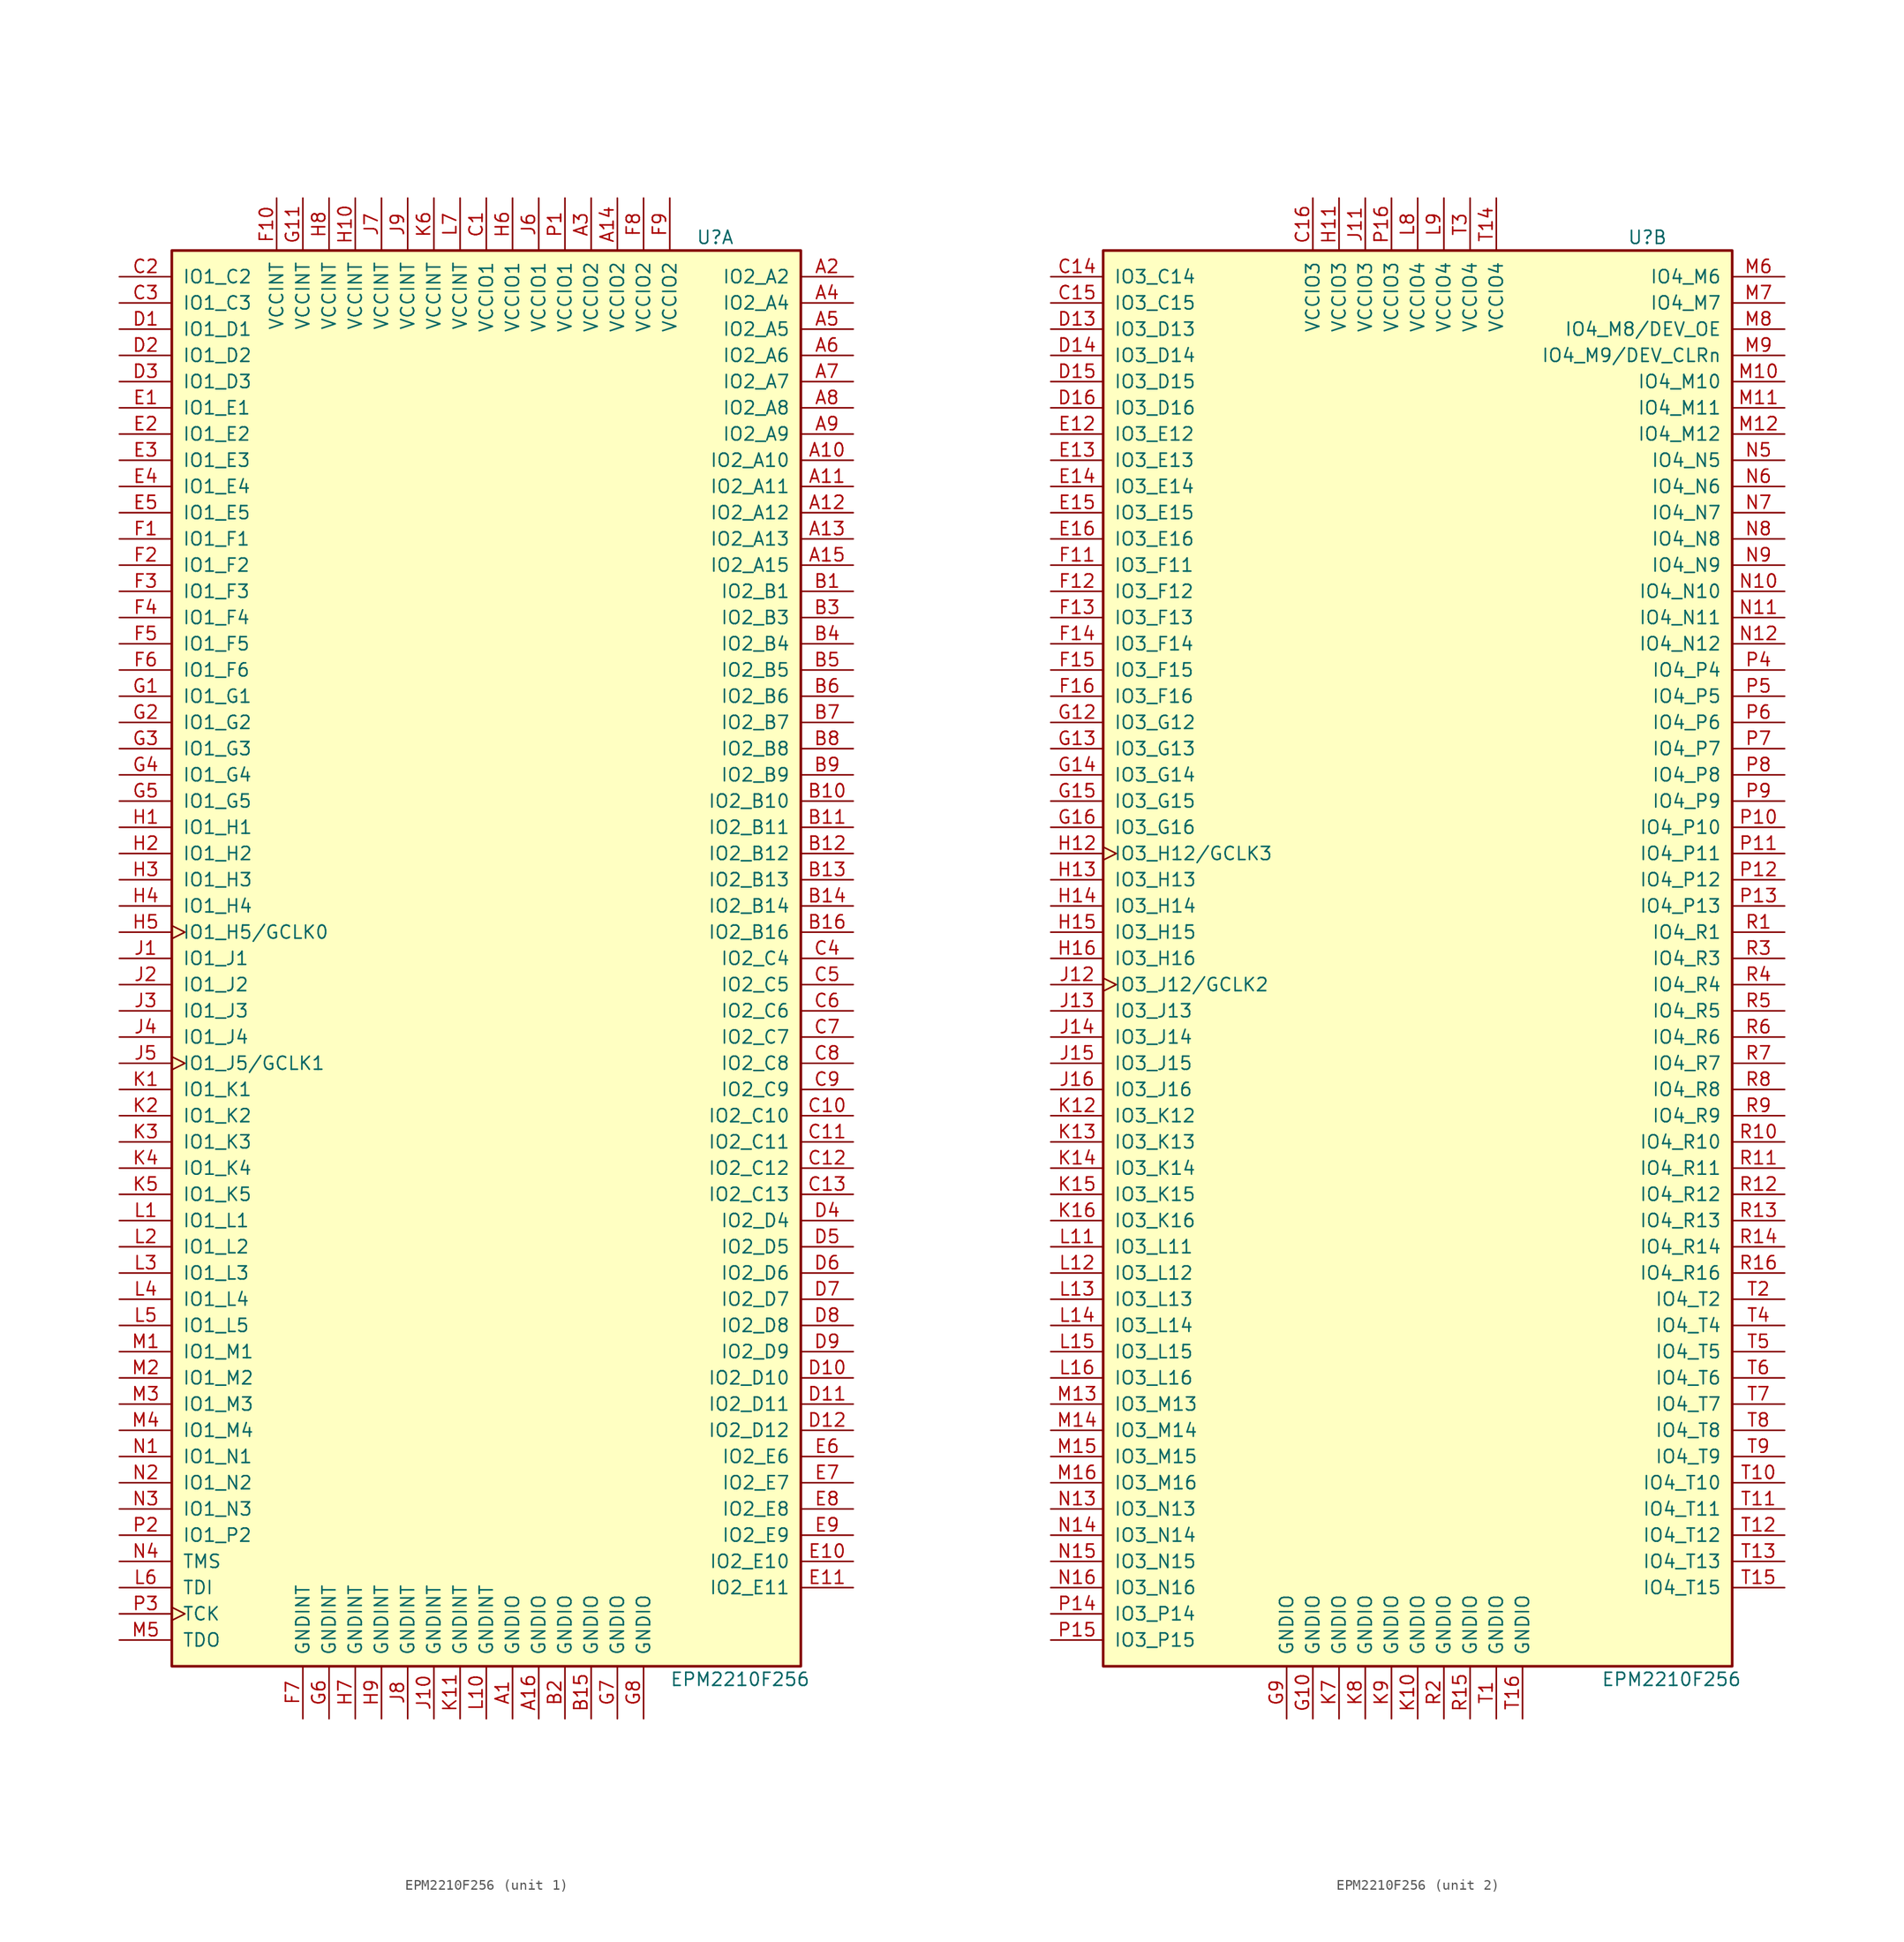
<source format=kicad_sym>
(kicad_symbol_lib
  (version 20201005)
  (generator kicad_symbol_editor)
  (symbol "EPM2210F256"
    (pin_names
      (offset 1.016))
    (property "Reference" "U"
      (at 20.32 69.85 0)
      (effects (font (size 1.27 1.27)) (justify left)))
    (property "Value" "EPM2210F256"
      (at 17.78 -69.85 0)
      (effects (font (size 1.27 1.27)) (justify left)))
    (property "ki_locked" ""
      (at 0 0 0)
      (effects (font (size 1.27 1.27))))
    (symbol "EPM2210F256_1_1"
      (rectangle (start -30.48 68.58) (end 30.48 -68.58) (stroke (width 0.254)) (fill (type background)))
      (pin power_in line (at 2.54 -73.66 90) (length 5.08) (name "GNDIO" (effects (font (size 1.27 1.27)))) (number "A1" (effects (font (size 1.27 1.27)))))
      (pin bidirectional line (at 35.56 48.26 180) (length 5.08) (name "IO2_A10" (effects (font (size 1.27 1.27)))) (number "A10" (effects (font (size 1.27 1.27)))))
      (pin bidirectional line (at 35.56 45.72 180) (length 5.08) (name "IO2_A11" (effects (font (size 1.27 1.27)))) (number "A11" (effects (font (size 1.27 1.27)))))
      (pin bidirectional line (at 35.56 43.18 180) (length 5.08) (name "IO2_A12" (effects (font (size 1.27 1.27)))) (number "A12" (effects (font (size 1.27 1.27)))))
      (pin bidirectional line (at 35.56 40.64 180) (length 5.08) (name "IO2_A13" (effects (font (size 1.27 1.27)))) (number "A13" (effects (font (size 1.27 1.27)))))
      (pin power_in line (at 12.7 73.66 270) (length 5.08) (name "VCCIO2" (effects (font (size 1.27 1.27)))) (number "A14" (effects (font (size 1.27 1.27)))))
      (pin bidirectional line (at 35.56 38.1 180) (length 5.08) (name "IO2_A15" (effects (font (size 1.27 1.27)))) (number "A15" (effects (font (size 1.27 1.27)))))
      (pin power_in line (at 5.08 -73.66 90) (length 5.08) (name "GNDIO" (effects (font (size 1.27 1.27)))) (number "A16" (effects (font (size 1.27 1.27)))))
      (pin bidirectional line (at 35.56 66.04 180) (length 5.08) (name "IO2_A2" (effects (font (size 1.27 1.27)))) (number "A2" (effects (font (size 1.27 1.27)))))
      (pin power_in line (at 10.16 73.66 270) (length 5.08) (name "VCCIO2" (effects (font (size 1.27 1.27)))) (number "A3" (effects (font (size 1.27 1.27)))))
      (pin bidirectional line (at 35.56 63.5 180) (length 5.08) (name "IO2_A4" (effects (font (size 1.27 1.27)))) (number "A4" (effects (font (size 1.27 1.27)))))
      (pin bidirectional line (at 35.56 60.96 180) (length 5.08) (name "IO2_A5" (effects (font (size 1.27 1.27)))) (number "A5" (effects (font (size 1.27 1.27)))))
      (pin bidirectional line (at 35.56 58.42 180) (length 5.08) (name "IO2_A6" (effects (font (size 1.27 1.27)))) (number "A6" (effects (font (size 1.27 1.27)))))
      (pin bidirectional line (at 35.56 55.88 180) (length 5.08) (name "IO2_A7" (effects (font (size 1.27 1.27)))) (number "A7" (effects (font (size 1.27 1.27)))))
      (pin bidirectional line (at 35.56 53.34 180) (length 5.08) (name "IO2_A8" (effects (font (size 1.27 1.27)))) (number "A8" (effects (font (size 1.27 1.27)))))
      (pin bidirectional line (at 35.56 50.8 180) (length 5.08) (name "IO2_A9" (effects (font (size 1.27 1.27)))) (number "A9" (effects (font (size 1.27 1.27)))))
      (pin bidirectional line (at 35.56 35.56 180) (length 5.08) (name "IO2_B1" (effects (font (size 1.27 1.27)))) (number "B1" (effects (font (size 1.27 1.27)))))
      (pin bidirectional line (at 35.56 15.24 180) (length 5.08) (name "IO2_B10" (effects (font (size 1.27 1.27)))) (number "B10" (effects (font (size 1.27 1.27)))))
      (pin bidirectional line (at 35.56 12.7 180) (length 5.08) (name "IO2_B11" (effects (font (size 1.27 1.27)))) (number "B11" (effects (font (size 1.27 1.27)))))
      (pin bidirectional line (at 35.56 10.16 180) (length 5.08) (name "IO2_B12" (effects (font (size 1.27 1.27)))) (number "B12" (effects (font (size 1.27 1.27)))))
      (pin bidirectional line (at 35.56 7.62 180) (length 5.08) (name "IO2_B13" (effects (font (size 1.27 1.27)))) (number "B13" (effects (font (size 1.27 1.27)))))
      (pin bidirectional line (at 35.56 5.08 180) (length 5.08) (name "IO2_B14" (effects (font (size 1.27 1.27)))) (number "B14" (effects (font (size 1.27 1.27)))))
      (pin power_in line (at 10.16 -73.66 90) (length 5.08) (name "GNDIO" (effects (font (size 1.27 1.27)))) (number "B15" (effects (font (size 1.27 1.27)))))
      (pin bidirectional line (at 35.56 2.54 180) (length 5.08) (name "IO2_B16" (effects (font (size 1.27 1.27)))) (number "B16" (effects (font (size 1.27 1.27)))))
      (pin power_in line (at 7.62 -73.66 90) (length 5.08) (name "GNDIO" (effects (font (size 1.27 1.27)))) (number "B2" (effects (font (size 1.27 1.27)))))
      (pin bidirectional line (at 35.56 33.02 180) (length 5.08) (name "IO2_B3" (effects (font (size 1.27 1.27)))) (number "B3" (effects (font (size 1.27 1.27)))))
      (pin bidirectional line (at 35.56 30.48 180) (length 5.08) (name "IO2_B4" (effects (font (size 1.27 1.27)))) (number "B4" (effects (font (size 1.27 1.27)))))
      (pin bidirectional line (at 35.56 27.94 180) (length 5.08) (name "IO2_B5" (effects (font (size 1.27 1.27)))) (number "B5" (effects (font (size 1.27 1.27)))))
      (pin bidirectional line (at 35.56 25.4 180) (length 5.08) (name "IO2_B6" (effects (font (size 1.27 1.27)))) (number "B6" (effects (font (size 1.27 1.27)))))
      (pin bidirectional line (at 35.56 22.86 180) (length 5.08) (name "IO2_B7" (effects (font (size 1.27 1.27)))) (number "B7" (effects (font (size 1.27 1.27)))))
      (pin bidirectional line (at 35.56 20.32 180) (length 5.08) (name "IO2_B8" (effects (font (size 1.27 1.27)))) (number "B8" (effects (font (size 1.27 1.27)))))
      (pin bidirectional line (at 35.56 17.78 180) (length 5.08) (name "IO2_B9" (effects (font (size 1.27 1.27)))) (number "B9" (effects (font (size 1.27 1.27)))))
      (pin power_in line (at 0 73.66 270) (length 5.08) (name "VCCIO1" (effects (font (size 1.27 1.27)))) (number "C1" (effects (font (size 1.27 1.27)))))
      (pin bidirectional line (at 35.56 -15.24 180) (length 5.08) (name "IO2_C10" (effects (font (size 1.27 1.27)))) (number "C10" (effects (font (size 1.27 1.27)))))
      (pin bidirectional line (at 35.56 -17.78 180) (length 5.08) (name "IO2_C11" (effects (font (size 1.27 1.27)))) (number "C11" (effects (font (size 1.27 1.27)))))
      (pin bidirectional line (at 35.56 -20.32 180) (length 5.08) (name "IO2_C12" (effects (font (size 1.27 1.27)))) (number "C12" (effects (font (size 1.27 1.27)))))
      (pin bidirectional line (at 35.56 -22.86 180) (length 5.08) (name "IO2_C13" (effects (font (size 1.27 1.27)))) (number "C13" (effects (font (size 1.27 1.27)))))
      (pin bidirectional line (at -35.56 66.04 0) (length 5.08) (name "IO1_C2" (effects (font (size 1.27 1.27)))) (number "C2" (effects (font (size 1.27 1.27)))))
      (pin bidirectional line (at -35.56 63.5 0) (length 5.08) (name "IO1_C3" (effects (font (size 1.27 1.27)))) (number "C3" (effects (font (size 1.27 1.27)))))
      (pin bidirectional line (at 35.56 0 180) (length 5.08) (name "IO2_C4" (effects (font (size 1.27 1.27)))) (number "C4" (effects (font (size 1.27 1.27)))))
      (pin bidirectional line (at 35.56 -2.54 180) (length 5.08) (name "IO2_C5" (effects (font (size 1.27 1.27)))) (number "C5" (effects (font (size 1.27 1.27)))))
      (pin bidirectional line (at 35.56 -5.08 180) (length 5.08) (name "IO2_C6" (effects (font (size 1.27 1.27)))) (number "C6" (effects (font (size 1.27 1.27)))))
      (pin bidirectional line (at 35.56 -7.62 180) (length 5.08) (name "IO2_C7" (effects (font (size 1.27 1.27)))) (number "C7" (effects (font (size 1.27 1.27)))))
      (pin bidirectional line (at 35.56 -10.16 180) (length 5.08) (name "IO2_C8" (effects (font (size 1.27 1.27)))) (number "C8" (effects (font (size 1.27 1.27)))))
      (pin bidirectional line (at 35.56 -12.7 180) (length 5.08) (name "IO2_C9" (effects (font (size 1.27 1.27)))) (number "C9" (effects (font (size 1.27 1.27)))))
      (pin bidirectional line (at -35.56 60.96 0) (length 5.08) (name "IO1_D1" (effects (font (size 1.27 1.27)))) (number "D1" (effects (font (size 1.27 1.27)))))
      (pin bidirectional line (at 35.56 -40.64 180) (length 5.08) (name "IO2_D10" (effects (font (size 1.27 1.27)))) (number "D10" (effects (font (size 1.27 1.27)))))
      (pin bidirectional line (at 35.56 -43.18 180) (length 5.08) (name "IO2_D11" (effects (font (size 1.27 1.27)))) (number "D11" (effects (font (size 1.27 1.27)))))
      (pin bidirectional line (at 35.56 -45.72 180) (length 5.08) (name "IO2_D12" (effects (font (size 1.27 1.27)))) (number "D12" (effects (font (size 1.27 1.27)))))
      (pin bidirectional line (at -35.56 58.42 0) (length 5.08) (name "IO1_D2" (effects (font (size 1.27 1.27)))) (number "D2" (effects (font (size 1.27 1.27)))))
      (pin bidirectional line (at -35.56 55.88 0) (length 5.08) (name "IO1_D3" (effects (font (size 1.27 1.27)))) (number "D3" (effects (font (size 1.27 1.27)))))
      (pin bidirectional line (at 35.56 -25.4 180) (length 5.08) (name "IO2_D4" (effects (font (size 1.27 1.27)))) (number "D4" (effects (font (size 1.27 1.27)))))
      (pin bidirectional line (at 35.56 -27.94 180) (length 5.08) (name "IO2_D5" (effects (font (size 1.27 1.27)))) (number "D5" (effects (font (size 1.27 1.27)))))
      (pin bidirectional line (at 35.56 -30.48 180) (length 5.08) (name "IO2_D6" (effects (font (size 1.27 1.27)))) (number "D6" (effects (font (size 1.27 1.27)))))
      (pin bidirectional line (at 35.56 -33.02 180) (length 5.08) (name "IO2_D7" (effects (font (size 1.27 1.27)))) (number "D7" (effects (font (size 1.27 1.27)))))
      (pin bidirectional line (at 35.56 -35.56 180) (length 5.08) (name "IO2_D8" (effects (font (size 1.27 1.27)))) (number "D8" (effects (font (size 1.27 1.27)))))
      (pin bidirectional line (at 35.56 -38.1 180) (length 5.08) (name "IO2_D9" (effects (font (size 1.27 1.27)))) (number "D9" (effects (font (size 1.27 1.27)))))
      (pin bidirectional line (at -35.56 53.34 0) (length 5.08) (name "IO1_E1" (effects (font (size 1.27 1.27)))) (number "E1" (effects (font (size 1.27 1.27)))))
      (pin bidirectional line (at 35.56 -58.42 180) (length 5.08) (name "IO2_E10" (effects (font (size 1.27 1.27)))) (number "E10" (effects (font (size 1.27 1.27)))))
      (pin bidirectional line (at 35.56 -60.96 180) (length 5.08) (name "IO2_E11" (effects (font (size 1.27 1.27)))) (number "E11" (effects (font (size 1.27 1.27)))))
      (pin bidirectional line (at -35.56 50.8 0) (length 5.08) (name "IO1_E2" (effects (font (size 1.27 1.27)))) (number "E2" (effects (font (size 1.27 1.27)))))
      (pin bidirectional line (at -35.56 48.26 0) (length 5.08) (name "IO1_E3" (effects (font (size 1.27 1.27)))) (number "E3" (effects (font (size 1.27 1.27)))))
      (pin bidirectional line (at -35.56 45.72 0) (length 5.08) (name "IO1_E4" (effects (font (size 1.27 1.27)))) (number "E4" (effects (font (size 1.27 1.27)))))
      (pin bidirectional line (at -35.56 43.18 0) (length 5.08) (name "IO1_E5" (effects (font (size 1.27 1.27)))) (number "E5" (effects (font (size 1.27 1.27)))))
      (pin bidirectional line (at 35.56 -48.26 180) (length 5.08) (name "IO2_E6" (effects (font (size 1.27 1.27)))) (number "E6" (effects (font (size 1.27 1.27)))))
      (pin bidirectional line (at 35.56 -50.8 180) (length 5.08) (name "IO2_E7" (effects (font (size 1.27 1.27)))) (number "E7" (effects (font (size 1.27 1.27)))))
      (pin bidirectional line (at 35.56 -53.34 180) (length 5.08) (name "IO2_E8" (effects (font (size 1.27 1.27)))) (number "E8" (effects (font (size 1.27 1.27)))))
      (pin bidirectional line (at 35.56 -55.88 180) (length 5.08) (name "IO2_E9" (effects (font (size 1.27 1.27)))) (number "E9" (effects (font (size 1.27 1.27)))))
      (pin bidirectional line (at -35.56 40.64 0) (length 5.08) (name "IO1_F1" (effects (font (size 1.27 1.27)))) (number "F1" (effects (font (size 1.27 1.27)))))
      (pin power_in line (at -20.32 73.66 270) (length 5.08) (name "VCCINT" (effects (font (size 1.27 1.27)))) (number "F10" (effects (font (size 1.27 1.27)))))
      (pin bidirectional line (at -35.56 38.1 0) (length 5.08) (name "IO1_F2" (effects (font (size 1.27 1.27)))) (number "F2" (effects (font (size 1.27 1.27)))))
      (pin bidirectional line (at -35.56 35.56 0) (length 5.08) (name "IO1_F3" (effects (font (size 1.27 1.27)))) (number "F3" (effects (font (size 1.27 1.27)))))
      (pin bidirectional line (at -35.56 33.02 0) (length 5.08) (name "IO1_F4" (effects (font (size 1.27 1.27)))) (number "F4" (effects (font (size 1.27 1.27)))))
      (pin bidirectional line (at -35.56 30.48 0) (length 5.08) (name "IO1_F5" (effects (font (size 1.27 1.27)))) (number "F5" (effects (font (size 1.27 1.27)))))
      (pin bidirectional line (at -35.56 27.94 0) (length 5.08) (name "IO1_F6" (effects (font (size 1.27 1.27)))) (number "F6" (effects (font (size 1.27 1.27)))))
      (pin power_in line (at -17.78 -73.66 90) (length 5.08) (name "GNDINT" (effects (font (size 1.27 1.27)))) (number "F7" (effects (font (size 1.27 1.27)))))
      (pin power_in line (at 15.24 73.66 270) (length 5.08) (name "VCCIO2" (effects (font (size 1.27 1.27)))) (number "F8" (effects (font (size 1.27 1.27)))))
      (pin power_in line (at 17.78 73.66 270) (length 5.08) (name "VCCIO2" (effects (font (size 1.27 1.27)))) (number "F9" (effects (font (size 1.27 1.27)))))
      (pin bidirectional line (at -35.56 25.4 0) (length 5.08) (name "IO1_G1" (effects (font (size 1.27 1.27)))) (number "G1" (effects (font (size 1.27 1.27)))))
      (pin power_in line (at -17.78 73.66 270) (length 5.08) (name "VCCINT" (effects (font (size 1.27 1.27)))) (number "G11" (effects (font (size 1.27 1.27)))))
      (pin bidirectional line (at -35.56 22.86 0) (length 5.08) (name "IO1_G2" (effects (font (size 1.27 1.27)))) (number "G2" (effects (font (size 1.27 1.27)))))
      (pin bidirectional line (at -35.56 20.32 0) (length 5.08) (name "IO1_G3" (effects (font (size 1.27 1.27)))) (number "G3" (effects (font (size 1.27 1.27)))))
      (pin bidirectional line (at -35.56 17.78 0) (length 5.08) (name "IO1_G4" (effects (font (size 1.27 1.27)))) (number "G4" (effects (font (size 1.27 1.27)))))
      (pin bidirectional line (at -35.56 15.24 0) (length 5.08) (name "IO1_G5" (effects (font (size 1.27 1.27)))) (number "G5" (effects (font (size 1.27 1.27)))))
      (pin power_in line (at -15.24 -73.66 90) (length 5.08) (name "GNDINT" (effects (font (size 1.27 1.27)))) (number "G6" (effects (font (size 1.27 1.27)))))
      (pin power_in line (at 12.7 -73.66 90) (length 5.08) (name "GNDIO" (effects (font (size 1.27 1.27)))) (number "G7" (effects (font (size 1.27 1.27)))))
      (pin power_in line (at 15.24 -73.66 90) (length 5.08) (name "GNDIO" (effects (font (size 1.27 1.27)))) (number "G8" (effects (font (size 1.27 1.27)))))
      (pin bidirectional line (at -35.56 12.7 0) (length 5.08) (name "IO1_H1" (effects (font (size 1.27 1.27)))) (number "H1" (effects (font (size 1.27 1.27)))))
      (pin power_in line (at -12.7 73.66 270) (length 5.08) (name "VCCINT" (effects (font (size 1.27 1.27)))) (number "H10" (effects (font (size 1.27 1.27)))))
      (pin bidirectional line (at -35.56 10.16 0) (length 5.08) (name "IO1_H2" (effects (font (size 1.27 1.27)))) (number "H2" (effects (font (size 1.27 1.27)))))
      (pin bidirectional line (at -35.56 7.62 0) (length 5.08) (name "IO1_H3" (effects (font (size 1.27 1.27)))) (number "H3" (effects (font (size 1.27 1.27)))))
      (pin bidirectional line (at -35.56 5.08 0) (length 5.08) (name "IO1_H4" (effects (font (size 1.27 1.27)))) (number "H4" (effects (font (size 1.27 1.27)))))
      (pin bidirectional clock (at -35.56 2.54 0) (length 5.08) (name "IO1_H5/GCLK0" (effects (font (size 1.27 1.27)))) (number "H5" (effects (font (size 1.27 1.27)))))
      (pin power_in line (at 2.54 73.66 270) (length 5.08) (name "VCCIO1" (effects (font (size 1.27 1.27)))) (number "H6" (effects (font (size 1.27 1.27)))))
      (pin power_in line (at -12.7 -73.66 90) (length 5.08) (name "GNDINT" (effects (font (size 1.27 1.27)))) (number "H7" (effects (font (size 1.27 1.27)))))
      (pin power_in line (at -15.24 73.66 270) (length 5.08) (name "VCCINT" (effects (font (size 1.27 1.27)))) (number "H8" (effects (font (size 1.27 1.27)))))
      (pin power_in line (at -10.16 -73.66 90) (length 5.08) (name "GNDINT" (effects (font (size 1.27 1.27)))) (number "H9" (effects (font (size 1.27 1.27)))))
      (pin bidirectional line (at -35.56 0 0) (length 5.08) (name "IO1_J1" (effects (font (size 1.27 1.27)))) (number "J1" (effects (font (size 1.27 1.27)))))
      (pin power_in line (at -5.08 -73.66 90) (length 5.08) (name "GNDINT" (effects (font (size 1.27 1.27)))) (number "J10" (effects (font (size 1.27 1.27)))))
      (pin bidirectional line (at -35.56 -2.54 0) (length 5.08) (name "IO1_J2" (effects (font (size 1.27 1.27)))) (number "J2" (effects (font (size 1.27 1.27)))))
      (pin bidirectional line (at -35.56 -5.08 0) (length 5.08) (name "IO1_J3" (effects (font (size 1.27 1.27)))) (number "J3" (effects (font (size 1.27 1.27)))))
      (pin bidirectional line (at -35.56 -7.62 0) (length 5.08) (name "IO1_J4" (effects (font (size 1.27 1.27)))) (number "J4" (effects (font (size 1.27 1.27)))))
      (pin bidirectional clock (at -35.56 -10.16 0) (length 5.08) (name "IO1_J5/GCLK1" (effects (font (size 1.27 1.27)))) (number "J5" (effects (font (size 1.27 1.27)))))
      (pin power_in line (at 5.08 73.66 270) (length 5.08) (name "VCCIO1" (effects (font (size 1.27 1.27)))) (number "J6" (effects (font (size 1.27 1.27)))))
      (pin power_in line (at -10.16 73.66 270) (length 5.08) (name "VCCINT" (effects (font (size 1.27 1.27)))) (number "J7" (effects (font (size 1.27 1.27)))))
      (pin power_in line (at -7.62 -73.66 90) (length 5.08) (name "GNDINT" (effects (font (size 1.27 1.27)))) (number "J8" (effects (font (size 1.27 1.27)))))
      (pin power_in line (at -7.62 73.66 270) (length 5.08) (name "VCCINT" (effects (font (size 1.27 1.27)))) (number "J9" (effects (font (size 1.27 1.27)))))
      (pin bidirectional line (at -35.56 -12.7 0) (length 5.08) (name "IO1_K1" (effects (font (size 1.27 1.27)))) (number "K1" (effects (font (size 1.27 1.27)))))
      (pin power_in line (at -2.54 -73.66 90) (length 5.08) (name "GNDINT" (effects (font (size 1.27 1.27)))) (number "K11" (effects (font (size 1.27 1.27)))))
      (pin bidirectional line (at -35.56 -15.24 0) (length 5.08) (name "IO1_K2" (effects (font (size 1.27 1.27)))) (number "K2" (effects (font (size 1.27 1.27)))))
      (pin bidirectional line (at -35.56 -17.78 0) (length 5.08) (name "IO1_K3" (effects (font (size 1.27 1.27)))) (number "K3" (effects (font (size 1.27 1.27)))))
      (pin bidirectional line (at -35.56 -20.32 0) (length 5.08) (name "IO1_K4" (effects (font (size 1.27 1.27)))) (number "K4" (effects (font (size 1.27 1.27)))))
      (pin bidirectional line (at -35.56 -22.86 0) (length 5.08) (name "IO1_K5" (effects (font (size 1.27 1.27)))) (number "K5" (effects (font (size 1.27 1.27)))))
      (pin power_in line (at -5.08 73.66 270) (length 5.08) (name "VCCINT" (effects (font (size 1.27 1.27)))) (number "K6" (effects (font (size 1.27 1.27)))))
      (pin bidirectional line (at -35.56 -25.4 0) (length 5.08) (name "IO1_L1" (effects (font (size 1.27 1.27)))) (number "L1" (effects (font (size 1.27 1.27)))))
      (pin power_in line (at 0 -73.66 90) (length 5.08) (name "GNDINT" (effects (font (size 1.27 1.27)))) (number "L10" (effects (font (size 1.27 1.27)))))
      (pin bidirectional line (at -35.56 -27.94 0) (length 5.08) (name "IO1_L2" (effects (font (size 1.27 1.27)))) (number "L2" (effects (font (size 1.27 1.27)))))
      (pin bidirectional line (at -35.56 -30.48 0) (length 5.08) (name "IO1_L3" (effects (font (size 1.27 1.27)))) (number "L3" (effects (font (size 1.27 1.27)))))
      (pin bidirectional line (at -35.56 -33.02 0) (length 5.08) (name "IO1_L4" (effects (font (size 1.27 1.27)))) (number "L4" (effects (font (size 1.27 1.27)))))
      (pin bidirectional line (at -35.56 -35.56 0) (length 5.08) (name "IO1_L5" (effects (font (size 1.27 1.27)))) (number "L5" (effects (font (size 1.27 1.27)))))
      (pin input line (at -35.56 -60.96 0) (length 5.08) (name "TDI" (effects (font (size 1.27 1.27)))) (number "L6" (effects (font (size 1.27 1.27)))))
      (pin power_in line (at -2.54 73.66 270) (length 5.08) (name "VCCINT" (effects (font (size 1.27 1.27)))) (number "L7" (effects (font (size 1.27 1.27)))))
      (pin bidirectional line (at -35.56 -38.1 0) (length 5.08) (name "IO1_M1" (effects (font (size 1.27 1.27)))) (number "M1" (effects (font (size 1.27 1.27)))))
      (pin bidirectional line (at -35.56 -40.64 0) (length 5.08) (name "IO1_M2" (effects (font (size 1.27 1.27)))) (number "M2" (effects (font (size 1.27 1.27)))))
      (pin bidirectional line (at -35.56 -43.18 0) (length 5.08) (name "IO1_M3" (effects (font (size 1.27 1.27)))) (number "M3" (effects (font (size 1.27 1.27)))))
      (pin bidirectional line (at -35.56 -45.72 0) (length 5.08) (name "IO1_M4" (effects (font (size 1.27 1.27)))) (number "M4" (effects (font (size 1.27 1.27)))))
      (pin output line (at -35.56 -66.04 0) (length 5.08) (name "TDO" (effects (font (size 1.27 1.27)))) (number "M5" (effects (font (size 1.27 1.27)))))
      (pin bidirectional line (at -35.56 -48.26 0) (length 5.08) (name "IO1_N1" (effects (font (size 1.27 1.27)))) (number "N1" (effects (font (size 1.27 1.27)))))
      (pin bidirectional line (at -35.56 -50.8 0) (length 5.08) (name "IO1_N2" (effects (font (size 1.27 1.27)))) (number "N2" (effects (font (size 1.27 1.27)))))
      (pin bidirectional line (at -35.56 -53.34 0) (length 5.08) (name "IO1_N3" (effects (font (size 1.27 1.27)))) (number "N3" (effects (font (size 1.27 1.27)))))
      (pin input line (at -35.56 -58.42 0) (length 5.08) (name "TMS" (effects (font (size 1.27 1.27)))) (number "N4" (effects (font (size 1.27 1.27)))))
      (pin power_in line (at 7.62 73.66 270) (length 5.08) (name "VCCIO1" (effects (font (size 1.27 1.27)))) (number "P1" (effects (font (size 1.27 1.27)))))
      (pin bidirectional line (at -35.56 -55.88 0) (length 5.08) (name "IO1_P2" (effects (font (size 1.27 1.27)))) (number "P2" (effects (font (size 1.27 1.27)))))
      (pin input clock (at -35.56 -63.5 0) (length 5.08) (name "TCK" (effects (font (size 1.27 1.27)))) (number "P3" (effects (font (size 1.27 1.27))))))
    (symbol "EPM2210F256_2_1"
      (rectangle (start -30.48 68.58) (end 30.48 -68.58) (stroke (width 0.254)) (fill (type background)))
      (pin bidirectional line (at -35.56 66.04 0) (length 5.08) (name "IO3_C14" (effects (font (size 1.27 1.27)))) (number "C14" (effects (font (size 1.27 1.27)))))
      (pin bidirectional line (at -35.56 63.5 0) (length 5.08) (name "IO3_C15" (effects (font (size 1.27 1.27)))) (number "C15" (effects (font (size 1.27 1.27)))))
      (pin power_in line (at -10.16 73.66 270) (length 5.08) (name "VCCIO3" (effects (font (size 1.27 1.27)))) (number "C16" (effects (font (size 1.27 1.27)))))
      (pin bidirectional line (at -35.56 60.96 0) (length 5.08) (name "IO3_D13" (effects (font (size 1.27 1.27)))) (number "D13" (effects (font (size 1.27 1.27)))))
      (pin bidirectional line (at -35.56 58.42 0) (length 5.08) (name "IO3_D14" (effects (font (size 1.27 1.27)))) (number "D14" (effects (font (size 1.27 1.27)))))
      (pin bidirectional line (at -35.56 55.88 0) (length 5.08) (name "IO3_D15" (effects (font (size 1.27 1.27)))) (number "D15" (effects (font (size 1.27 1.27)))))
      (pin bidirectional line (at -35.56 53.34 0) (length 5.08) (name "IO3_D16" (effects (font (size 1.27 1.27)))) (number "D16" (effects (font (size 1.27 1.27)))))
      (pin bidirectional line (at -35.56 50.8 0) (length 5.08) (name "IO3_E12" (effects (font (size 1.27 1.27)))) (number "E12" (effects (font (size 1.27 1.27)))))
      (pin bidirectional line (at -35.56 48.26 0) (length 5.08) (name "IO3_E13" (effects (font (size 1.27 1.27)))) (number "E13" (effects (font (size 1.27 1.27)))))
      (pin bidirectional line (at -35.56 45.72 0) (length 5.08) (name "IO3_E14" (effects (font (size 1.27 1.27)))) (number "E14" (effects (font (size 1.27 1.27)))))
      (pin bidirectional line (at -35.56 43.18 0) (length 5.08) (name "IO3_E15" (effects (font (size 1.27 1.27)))) (number "E15" (effects (font (size 1.27 1.27)))))
      (pin bidirectional line (at -35.56 40.64 0) (length 5.08) (name "IO3_E16" (effects (font (size 1.27 1.27)))) (number "E16" (effects (font (size 1.27 1.27)))))
      (pin bidirectional line (at -35.56 38.1 0) (length 5.08) (name "IO3_F11" (effects (font (size 1.27 1.27)))) (number "F11" (effects (font (size 1.27 1.27)))))
      (pin bidirectional line (at -35.56 35.56 0) (length 5.08) (name "IO3_F12" (effects (font (size 1.27 1.27)))) (number "F12" (effects (font (size 1.27 1.27)))))
      (pin bidirectional line (at -35.56 33.02 0) (length 5.08) (name "IO3_F13" (effects (font (size 1.27 1.27)))) (number "F13" (effects (font (size 1.27 1.27)))))
      (pin bidirectional line (at -35.56 30.48 0) (length 5.08) (name "IO3_F14" (effects (font (size 1.27 1.27)))) (number "F14" (effects (font (size 1.27 1.27)))))
      (pin bidirectional line (at -35.56 27.94 0) (length 5.08) (name "IO3_F15" (effects (font (size 1.27 1.27)))) (number "F15" (effects (font (size 1.27 1.27)))))
      (pin bidirectional line (at -35.56 25.4 0) (length 5.08) (name "IO3_F16" (effects (font (size 1.27 1.27)))) (number "F16" (effects (font (size 1.27 1.27)))))
      (pin power_in line (at -10.16 -73.66 90) (length 5.08) (name "GNDIO" (effects (font (size 1.27 1.27)))) (number "G10" (effects (font (size 1.27 1.27)))))
      (pin bidirectional line (at -35.56 22.86 0) (length 5.08) (name "IO3_G12" (effects (font (size 1.27 1.27)))) (number "G12" (effects (font (size 1.27 1.27)))))
      (pin bidirectional line (at -35.56 20.32 0) (length 5.08) (name "IO3_G13" (effects (font (size 1.27 1.27)))) (number "G13" (effects (font (size 1.27 1.27)))))
      (pin bidirectional line (at -35.56 17.78 0) (length 5.08) (name "IO3_G14" (effects (font (size 1.27 1.27)))) (number "G14" (effects (font (size 1.27 1.27)))))
      (pin bidirectional line (at -35.56 15.24 0) (length 5.08) (name "IO3_G15" (effects (font (size 1.27 1.27)))) (number "G15" (effects (font (size 1.27 1.27)))))
      (pin bidirectional line (at -35.56 12.7 0) (length 5.08) (name "IO3_G16" (effects (font (size 1.27 1.27)))) (number "G16" (effects (font (size 1.27 1.27)))))
      (pin power_in line (at -12.7 -73.66 90) (length 5.08) (name "GNDIO" (effects (font (size 1.27 1.27)))) (number "G9" (effects (font (size 1.27 1.27)))))
      (pin power_in line (at -7.62 73.66 270) (length 5.08) (name "VCCIO3" (effects (font (size 1.27 1.27)))) (number "H11" (effects (font (size 1.27 1.27)))))
      (pin bidirectional clock (at -35.56 10.16 0) (length 5.08) (name "IO3_H12/GCLK3" (effects (font (size 1.27 1.27)))) (number "H12" (effects (font (size 1.27 1.27)))))
      (pin bidirectional line (at -35.56 7.62 0) (length 5.08) (name "IO3_H13" (effects (font (size 1.27 1.27)))) (number "H13" (effects (font (size 1.27 1.27)))))
      (pin bidirectional line (at -35.56 5.08 0) (length 5.08) (name "IO3_H14" (effects (font (size 1.27 1.27)))) (number "H14" (effects (font (size 1.27 1.27)))))
      (pin bidirectional line (at -35.56 2.54 0) (length 5.08) (name "IO3_H15" (effects (font (size 1.27 1.27)))) (number "H15" (effects (font (size 1.27 1.27)))))
      (pin bidirectional line (at -35.56 0 0) (length 5.08) (name "IO3_H16" (effects (font (size 1.27 1.27)))) (number "H16" (effects (font (size 1.27 1.27)))))
      (pin power_in line (at -5.08 73.66 270) (length 5.08) (name "VCCIO3" (effects (font (size 1.27 1.27)))) (number "J11" (effects (font (size 1.27 1.27)))))
      (pin bidirectional clock (at -35.56 -2.54 0) (length 5.08) (name "IO3_J12/GCLK2" (effects (font (size 1.27 1.27)))) (number "J12" (effects (font (size 1.27 1.27)))))
      (pin bidirectional line (at -35.56 -5.08 0) (length 5.08) (name "IO3_J13" (effects (font (size 1.27 1.27)))) (number "J13" (effects (font (size 1.27 1.27)))))
      (pin bidirectional line (at -35.56 -7.62 0) (length 5.08) (name "IO3_J14" (effects (font (size 1.27 1.27)))) (number "J14" (effects (font (size 1.27 1.27)))))
      (pin bidirectional line (at -35.56 -10.16 0) (length 5.08) (name "IO3_J15" (effects (font (size 1.27 1.27)))) (number "J15" (effects (font (size 1.27 1.27)))))
      (pin bidirectional line (at -35.56 -12.7 0) (length 5.08) (name "IO3_J16" (effects (font (size 1.27 1.27)))) (number "J16" (effects (font (size 1.27 1.27)))))
      (pin power_in line (at 0 -73.66 90) (length 5.08) (name "GNDIO" (effects (font (size 1.27 1.27)))) (number "K10" (effects (font (size 1.27 1.27)))))
      (pin bidirectional line (at -35.56 -15.24 0) (length 5.08) (name "IO3_K12" (effects (font (size 1.27 1.27)))) (number "K12" (effects (font (size 1.27 1.27)))))
      (pin bidirectional line (at -35.56 -17.78 0) (length 5.08) (name "IO3_K13" (effects (font (size 1.27 1.27)))) (number "K13" (effects (font (size 1.27 1.27)))))
      (pin bidirectional line (at -35.56 -20.32 0) (length 5.08) (name "IO3_K14" (effects (font (size 1.27 1.27)))) (number "K14" (effects (font (size 1.27 1.27)))))
      (pin bidirectional line (at -35.56 -22.86 0) (length 5.08) (name "IO3_K15" (effects (font (size 1.27 1.27)))) (number "K15" (effects (font (size 1.27 1.27)))))
      (pin bidirectional line (at -35.56 -25.4 0) (length 5.08) (name "IO3_K16" (effects (font (size 1.27 1.27)))) (number "K16" (effects (font (size 1.27 1.27)))))
      (pin power_in line (at -7.62 -73.66 90) (length 5.08) (name "GNDIO" (effects (font (size 1.27 1.27)))) (number "K7" (effects (font (size 1.27 1.27)))))
      (pin power_in line (at -5.08 -73.66 90) (length 5.08) (name "GNDIO" (effects (font (size 1.27 1.27)))) (number "K8" (effects (font (size 1.27 1.27)))))
      (pin power_in line (at -2.54 -73.66 90) (length 5.08) (name "GNDIO" (effects (font (size 1.27 1.27)))) (number "K9" (effects (font (size 1.27 1.27)))))
      (pin bidirectional line (at -35.56 -27.94 0) (length 5.08) (name "IO3_L11" (effects (font (size 1.27 1.27)))) (number "L11" (effects (font (size 1.27 1.27)))))
      (pin bidirectional line (at -35.56 -30.48 0) (length 5.08) (name "IO3_L12" (effects (font (size 1.27 1.27)))) (number "L12" (effects (font (size 1.27 1.27)))))
      (pin bidirectional line (at -35.56 -33.02 0) (length 5.08) (name "IO3_L13" (effects (font (size 1.27 1.27)))) (number "L13" (effects (font (size 1.27 1.27)))))
      (pin bidirectional line (at -35.56 -35.56 0) (length 5.08) (name "IO3_L14" (effects (font (size 1.27 1.27)))) (number "L14" (effects (font (size 1.27 1.27)))))
      (pin bidirectional line (at -35.56 -38.1 0) (length 5.08) (name "IO3_L15" (effects (font (size 1.27 1.27)))) (number "L15" (effects (font (size 1.27 1.27)))))
      (pin bidirectional line (at -35.56 -40.64 0) (length 5.08) (name "IO3_L16" (effects (font (size 1.27 1.27)))) (number "L16" (effects (font (size 1.27 1.27)))))
      (pin power_in line (at 0 73.66 270) (length 5.08) (name "VCCIO4" (effects (font (size 1.27 1.27)))) (number "L8" (effects (font (size 1.27 1.27)))))
      (pin power_in line (at 2.54 73.66 270) (length 5.08) (name "VCCIO4" (effects (font (size 1.27 1.27)))) (number "L9" (effects (font (size 1.27 1.27)))))
      (pin bidirectional line (at 35.56 55.88 180) (length 5.08) (name "IO4_M10" (effects (font (size 1.27 1.27)))) (number "M10" (effects (font (size 1.27 1.27)))))
      (pin bidirectional line (at 35.56 53.34 180) (length 5.08) (name "IO4_M11" (effects (font (size 1.27 1.27)))) (number "M11" (effects (font (size 1.27 1.27)))))
      (pin bidirectional line (at 35.56 50.8 180) (length 5.08) (name "IO4_M12" (effects (font (size 1.27 1.27)))) (number "M12" (effects (font (size 1.27 1.27)))))
      (pin bidirectional line (at -35.56 -43.18 0) (length 5.08) (name "IO3_M13" (effects (font (size 1.27 1.27)))) (number "M13" (effects (font (size 1.27 1.27)))))
      (pin bidirectional line (at -35.56 -45.72 0) (length 5.08) (name "IO3_M14" (effects (font (size 1.27 1.27)))) (number "M14" (effects (font (size 1.27 1.27)))))
      (pin bidirectional line (at -35.56 -48.26 0) (length 5.08) (name "IO3_M15" (effects (font (size 1.27 1.27)))) (number "M15" (effects (font (size 1.27 1.27)))))
      (pin bidirectional line (at -35.56 -50.8 0) (length 5.08) (name "IO3_M16" (effects (font (size 1.27 1.27)))) (number "M16" (effects (font (size 1.27 1.27)))))
      (pin bidirectional line (at 35.56 66.04 180) (length 5.08) (name "IO4_M6" (effects (font (size 1.27 1.27)))) (number "M6" (effects (font (size 1.27 1.27)))))
      (pin bidirectional line (at 35.56 63.5 180) (length 5.08) (name "IO4_M7" (effects (font (size 1.27 1.27)))) (number "M7" (effects (font (size 1.27 1.27)))))
      (pin bidirectional line (at 35.56 60.96 180) (length 5.08) (name "IO4_M8/DEV_OE" (effects (font (size 1.27 1.27)))) (number "M8" (effects (font (size 1.27 1.27)))))
      (pin bidirectional line (at 35.56 58.42 180) (length 5.08) (name "IO4_M9/DEV_CLRn" (effects (font (size 1.27 1.27)))) (number "M9" (effects (font (size 1.27 1.27)))))
      (pin bidirectional line (at 35.56 35.56 180) (length 5.08) (name "IO4_N10" (effects (font (size 1.27 1.27)))) (number "N10" (effects (font (size 1.27 1.27)))))
      (pin bidirectional line (at 35.56 33.02 180) (length 5.08) (name "IO4_N11" (effects (font (size 1.27 1.27)))) (number "N11" (effects (font (size 1.27 1.27)))))
      (pin bidirectional line (at 35.56 30.48 180) (length 5.08) (name "IO4_N12" (effects (font (size 1.27 1.27)))) (number "N12" (effects (font (size 1.27 1.27)))))
      (pin bidirectional line (at -35.56 -53.34 0) (length 5.08) (name "IO3_N13" (effects (font (size 1.27 1.27)))) (number "N13" (effects (font (size 1.27 1.27)))))
      (pin bidirectional line (at -35.56 -55.88 0) (length 5.08) (name "IO3_N14" (effects (font (size 1.27 1.27)))) (number "N14" (effects (font (size 1.27 1.27)))))
      (pin bidirectional line (at -35.56 -58.42 0) (length 5.08) (name "IO3_N15" (effects (font (size 1.27 1.27)))) (number "N15" (effects (font (size 1.27 1.27)))))
      (pin bidirectional line (at -35.56 -60.96 0) (length 5.08) (name "IO3_N16" (effects (font (size 1.27 1.27)))) (number "N16" (effects (font (size 1.27 1.27)))))
      (pin bidirectional line (at 35.56 48.26 180) (length 5.08) (name "IO4_N5" (effects (font (size 1.27 1.27)))) (number "N5" (effects (font (size 1.27 1.27)))))
      (pin bidirectional line (at 35.56 45.72 180) (length 5.08) (name "IO4_N6" (effects (font (size 1.27 1.27)))) (number "N6" (effects (font (size 1.27 1.27)))))
      (pin bidirectional line (at 35.56 43.18 180) (length 5.08) (name "IO4_N7" (effects (font (size 1.27 1.27)))) (number "N7" (effects (font (size 1.27 1.27)))))
      (pin bidirectional line (at 35.56 40.64 180) (length 5.08) (name "IO4_N8" (effects (font (size 1.27 1.27)))) (number "N8" (effects (font (size 1.27 1.27)))))
      (pin bidirectional line (at 35.56 38.1 180) (length 5.08) (name "IO4_N9" (effects (font (size 1.27 1.27)))) (number "N9" (effects (font (size 1.27 1.27)))))
      (pin bidirectional line (at 35.56 12.7 180) (length 5.08) (name "IO4_P10" (effects (font (size 1.27 1.27)))) (number "P10" (effects (font (size 1.27 1.27)))))
      (pin bidirectional line (at 35.56 10.16 180) (length 5.08) (name "IO4_P11" (effects (font (size 1.27 1.27)))) (number "P11" (effects (font (size 1.27 1.27)))))
      (pin bidirectional line (at 35.56 7.62 180) (length 5.08) (name "IO4_P12" (effects (font (size 1.27 1.27)))) (number "P12" (effects (font (size 1.27 1.27)))))
      (pin bidirectional line (at 35.56 5.08 180) (length 5.08) (name "IO4_P13" (effects (font (size 1.27 1.27)))) (number "P13" (effects (font (size 1.27 1.27)))))
      (pin bidirectional line (at -35.56 -63.5 0) (length 5.08) (name "IO3_P14" (effects (font (size 1.27 1.27)))) (number "P14" (effects (font (size 1.27 1.27)))))
      (pin bidirectional line (at -35.56 -66.04 0) (length 5.08) (name "IO3_P15" (effects (font (size 1.27 1.27)))) (number "P15" (effects (font (size 1.27 1.27)))))
      (pin power_in line (at -2.54 73.66 270) (length 5.08) (name "VCCIO3" (effects (font (size 1.27 1.27)))) (number "P16" (effects (font (size 1.27 1.27)))))
      (pin bidirectional line (at 35.56 27.94 180) (length 5.08) (name "IO4_P4" (effects (font (size 1.27 1.27)))) (number "P4" (effects (font (size 1.27 1.27)))))
      (pin bidirectional line (at 35.56 25.4 180) (length 5.08) (name "IO4_P5" (effects (font (size 1.27 1.27)))) (number "P5" (effects (font (size 1.27 1.27)))))
      (pin bidirectional line (at 35.56 22.86 180) (length 5.08) (name "IO4_P6" (effects (font (size 1.27 1.27)))) (number "P6" (effects (font (size 1.27 1.27)))))
      (pin bidirectional line (at 35.56 20.32 180) (length 5.08) (name "IO4_P7" (effects (font (size 1.27 1.27)))) (number "P7" (effects (font (size 1.27 1.27)))))
      (pin bidirectional line (at 35.56 17.78 180) (length 5.08) (name "IO4_P8" (effects (font (size 1.27 1.27)))) (number "P8" (effects (font (size 1.27 1.27)))))
      (pin bidirectional line (at 35.56 15.24 180) (length 5.08) (name "IO4_P9" (effects (font (size 1.27 1.27)))) (number "P9" (effects (font (size 1.27 1.27)))))
      (pin bidirectional line (at 35.56 2.54 180) (length 5.08) (name "IO4_R1" (effects (font (size 1.27 1.27)))) (number "R1" (effects (font (size 1.27 1.27)))))
      (pin bidirectional line (at 35.56 -17.78 180) (length 5.08) (name "IO4_R10" (effects (font (size 1.27 1.27)))) (number "R10" (effects (font (size 1.27 1.27)))))
      (pin bidirectional line (at 35.56 -20.32 180) (length 5.08) (name "IO4_R11" (effects (font (size 1.27 1.27)))) (number "R11" (effects (font (size 1.27 1.27)))))
      (pin bidirectional line (at 35.56 -22.86 180) (length 5.08) (name "IO4_R12" (effects (font (size 1.27 1.27)))) (number "R12" (effects (font (size 1.27 1.27)))))
      (pin bidirectional line (at 35.56 -25.4 180) (length 5.08) (name "IO4_R13" (effects (font (size 1.27 1.27)))) (number "R13" (effects (font (size 1.27 1.27)))))
      (pin bidirectional line (at 35.56 -27.94 180) (length 5.08) (name "IO4_R14" (effects (font (size 1.27 1.27)))) (number "R14" (effects (font (size 1.27 1.27)))))
      (pin power_in line (at 5.08 -73.66 90) (length 5.08) (name "GNDIO" (effects (font (size 1.27 1.27)))) (number "R15" (effects (font (size 1.27 1.27)))))
      (pin bidirectional line (at 35.56 -30.48 180) (length 5.08) (name "IO4_R16" (effects (font (size 1.27 1.27)))) (number "R16" (effects (font (size 1.27 1.27)))))
      (pin power_in line (at 2.54 -73.66 90) (length 5.08) (name "GNDIO" (effects (font (size 1.27 1.27)))) (number "R2" (effects (font (size 1.27 1.27)))))
      (pin bidirectional line (at 35.56 0 180) (length 5.08) (name "IO4_R3" (effects (font (size 1.27 1.27)))) (number "R3" (effects (font (size 1.27 1.27)))))
      (pin bidirectional line (at 35.56 -2.54 180) (length 5.08) (name "IO4_R4" (effects (font (size 1.27 1.27)))) (number "R4" (effects (font (size 1.27 1.27)))))
      (pin bidirectional line (at 35.56 -5.08 180) (length 5.08) (name "IO4_R5" (effects (font (size 1.27 1.27)))) (number "R5" (effects (font (size 1.27 1.27)))))
      (pin bidirectional line (at 35.56 -7.62 180) (length 5.08) (name "IO4_R6" (effects (font (size 1.27 1.27)))) (number "R6" (effects (font (size 1.27 1.27)))))
      (pin bidirectional line (at 35.56 -10.16 180) (length 5.08) (name "IO4_R7" (effects (font (size 1.27 1.27)))) (number "R7" (effects (font (size 1.27 1.27)))))
      (pin bidirectional line (at 35.56 -12.7 180) (length 5.08) (name "IO4_R8" (effects (font (size 1.27 1.27)))) (number "R8" (effects (font (size 1.27 1.27)))))
      (pin bidirectional line (at 35.56 -15.24 180) (length 5.08) (name "IO4_R9" (effects (font (size 1.27 1.27)))) (number "R9" (effects (font (size 1.27 1.27)))))
      (pin power_in line (at 7.62 -73.66 90) (length 5.08) (name "GNDIO" (effects (font (size 1.27 1.27)))) (number "T1" (effects (font (size 1.27 1.27)))))
      (pin bidirectional line (at 35.56 -50.8 180) (length 5.08) (name "IO4_T10" (effects (font (size 1.27 1.27)))) (number "T10" (effects (font (size 1.27 1.27)))))
      (pin bidirectional line (at 35.56 -53.34 180) (length 5.08) (name "IO4_T11" (effects (font (size 1.27 1.27)))) (number "T11" (effects (font (size 1.27 1.27)))))
      (pin bidirectional line (at 35.56 -55.88 180) (length 5.08) (name "IO4_T12" (effects (font (size 1.27 1.27)))) (number "T12" (effects (font (size 1.27 1.27)))))
      (pin bidirectional line (at 35.56 -58.42 180) (length 5.08) (name "IO4_T13" (effects (font (size 1.27 1.27)))) (number "T13" (effects (font (size 1.27 1.27)))))
      (pin power_in line (at 7.62 73.66 270) (length 5.08) (name "VCCIO4" (effects (font (size 1.27 1.27)))) (number "T14" (effects (font (size 1.27 1.27)))))
      (pin bidirectional line (at 35.56 -60.96 180) (length 5.08) (name "IO4_T15" (effects (font (size 1.27 1.27)))) (number "T15" (effects (font (size 1.27 1.27)))))
      (pin power_in line (at 10.16 -73.66 90) (length 5.08) (name "GNDIO" (effects (font (size 1.27 1.27)))) (number "T16" (effects (font (size 1.27 1.27)))))
      (pin bidirectional line (at 35.56 -33.02 180) (length 5.08) (name "IO4_T2" (effects (font (size 1.27 1.27)))) (number "T2" (effects (font (size 1.27 1.27)))))
      (pin power_in line (at 5.08 73.66 270) (length 5.08) (name "VCCIO4" (effects (font (size 1.27 1.27)))) (number "T3" (effects (font (size 1.27 1.27)))))
      (pin bidirectional line (at 35.56 -35.56 180) (length 5.08) (name "IO4_T4" (effects (font (size 1.27 1.27)))) (number "T4" (effects (font (size 1.27 1.27)))))
      (pin bidirectional line (at 35.56 -38.1 180) (length 5.08) (name "IO4_T5" (effects (font (size 1.27 1.27)))) (number "T5" (effects (font (size 1.27 1.27)))))
      (pin bidirectional line (at 35.56 -40.64 180) (length 5.08) (name "IO4_T6" (effects (font (size 1.27 1.27)))) (number "T6" (effects (font (size 1.27 1.27)))))
      (pin bidirectional line (at 35.56 -43.18 180) (length 5.08) (name "IO4_T7" (effects (font (size 1.27 1.27)))) (number "T7" (effects (font (size 1.27 1.27)))))
      (pin bidirectional line (at 35.56 -45.72 180) (length 5.08) (name "IO4_T8" (effects (font (size 1.27 1.27)))) (number "T8" (effects (font (size 1.27 1.27)))))
      (pin bidirectional line (at 35.56 -48.26 180) (length 5.08) (name "IO4_T9" (effects (font (size 1.27 1.27)))) (number "T9" (effects (font (size 1.27 1.27))))))))
</source>
